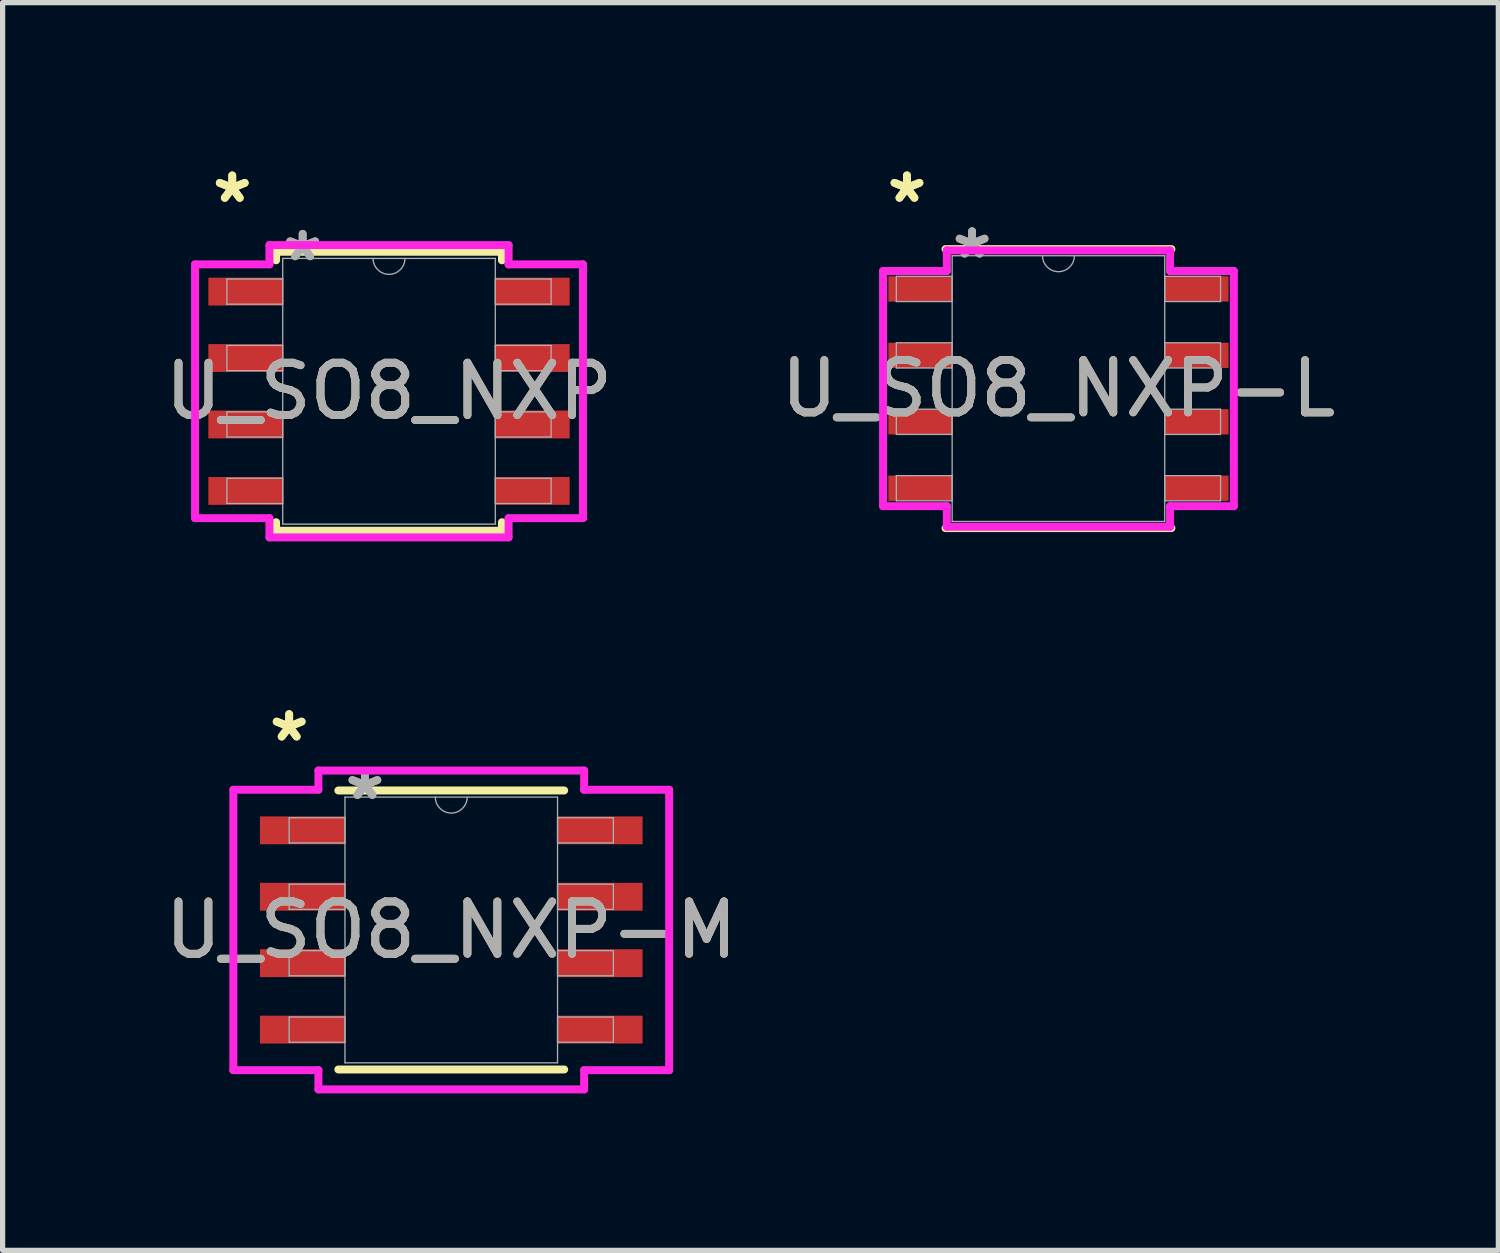
<source format=kicad_pcb>
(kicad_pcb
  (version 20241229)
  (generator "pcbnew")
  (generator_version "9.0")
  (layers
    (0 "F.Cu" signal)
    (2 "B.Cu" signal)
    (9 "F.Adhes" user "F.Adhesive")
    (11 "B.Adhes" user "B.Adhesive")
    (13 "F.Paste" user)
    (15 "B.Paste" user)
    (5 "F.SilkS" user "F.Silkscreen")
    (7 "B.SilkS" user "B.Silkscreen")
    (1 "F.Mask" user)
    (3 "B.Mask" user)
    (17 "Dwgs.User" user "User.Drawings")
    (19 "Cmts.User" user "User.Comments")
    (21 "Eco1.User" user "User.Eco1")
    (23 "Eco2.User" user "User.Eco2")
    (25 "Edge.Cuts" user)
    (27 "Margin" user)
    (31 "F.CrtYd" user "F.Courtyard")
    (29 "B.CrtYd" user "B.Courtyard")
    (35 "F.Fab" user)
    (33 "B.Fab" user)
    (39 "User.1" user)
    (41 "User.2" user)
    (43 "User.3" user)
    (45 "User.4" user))
  (footprint "U_SO8_NXP-L"
    (layer "F.Cu")
    (at 17.185 4.379)
    (property "Reference" "U_SO8_NXP-L" (at 0 0 0) (unlocked yes) (layer "F.SilkS") (effects (font (size 1 1) (thickness 0.15))))
    (attr smd)
    (fp_line (start -2.159 2.667) (end 2.159 2.667) (stroke (width 0.152) (type solid)) (layer "F.SilkS"))
    (fp_line (start 2.159 -2.667) (end -2.159 -2.667) (stroke (width 0.152) (type solid)) (layer "F.SilkS"))
    (fp_line (start -3.353 -2.248) (end -2.134 -2.248) (stroke (width 0.152) (type solid)) (layer "F.CrtYd"))
    (fp_line (start -3.353 2.248) (end -3.353 -2.248) (stroke (width 0.152) (type solid)) (layer "F.CrtYd"))
    (fp_line (start -3.353 2.248) (end -2.134 2.248) (stroke (width 0.152) (type solid)) (layer "F.CrtYd"))
    (fp_line (start -2.134 -2.642) (end 2.134 -2.642) (stroke (width 0.152) (type solid)) (layer "F.CrtYd"))
    (fp_line (start -2.134 -2.248) (end -2.134 -2.642) (stroke (width 0.152) (type solid)) (layer "F.CrtYd"))
    (fp_line (start -2.134 2.642) (end -2.134 2.248) (stroke (width 0.152) (type solid)) (layer "F.CrtYd"))
    (fp_line (start 2.134 -2.642) (end 2.134 -2.248) (stroke (width 0.152) (type solid)) (layer "F.CrtYd"))
    (fp_line (start 2.134 2.248) (end 2.134 2.642) (stroke (width 0.152) (type solid)) (layer "F.CrtYd"))
    (fp_line (start 2.134 2.642) (end -2.134 2.642) (stroke (width 0.152) (type solid)) (layer "F.CrtYd"))
    (fp_line (start 3.353 -2.248) (end 2.134 -2.248) (stroke (width 0.152) (type solid)) (layer "F.CrtYd"))
    (fp_line (start 3.353 -2.248) (end 3.353 2.248) (stroke (width 0.152) (type solid)) (layer "F.CrtYd"))
    (fp_line (start 3.353 2.248) (end 2.134 2.248) (stroke (width 0.152) (type solid)) (layer "F.CrtYd"))
    (fp_line (start -3.099 -2.146) (end -3.099 -1.664) (stroke (width 0.025) (type solid)) (layer "F.Fab"))
    (fp_line (start -3.099 -1.664) (end -2.032 -1.664) (stroke (width 0.025) (type solid)) (layer "F.Fab"))
    (fp_line (start -3.099 -0.876) (end -3.099 -0.394) (stroke (width 0.025) (type solid)) (layer "F.Fab"))
    (fp_line (start -3.099 -0.394) (end -2.032 -0.394) (stroke (width 0.025) (type solid)) (layer "F.Fab"))
    (fp_line (start -3.099 0.394) (end -3.099 0.876) (stroke (width 0.025) (type solid)) (layer "F.Fab"))
    (fp_line (start -3.099 0.876) (end -2.032 0.876) (stroke (width 0.025) (type solid)) (layer "F.Fab"))
    (fp_line (start -3.099 1.664) (end -3.099 2.146) (stroke (width 0.025) (type solid)) (layer "F.Fab"))
    (fp_line (start -3.099 2.146) (end -2.032 2.146) (stroke (width 0.025) (type solid)) (layer "F.Fab"))
    (fp_line (start -2.032 -2.54) (end -2.032 2.54) (stroke (width 0.025) (type solid)) (layer "F.Fab"))
    (fp_line (start -2.032 -2.146) (end -3.099 -2.146) (stroke (width 0.025) (type solid)) (layer "F.Fab"))
    (fp_line (start -2.032 -1.664) (end -2.032 -2.146) (stroke (width 0.025) (type solid)) (layer "F.Fab"))
    (fp_line (start -2.032 -0.876) (end -3.099 -0.876) (stroke (width 0.025) (type solid)) (layer "F.Fab"))
    (fp_line (start -2.032 -0.394) (end -2.032 -0.876) (stroke (width 0.025) (type solid)) (layer "F.Fab"))
    (fp_line (start -2.032 0.394) (end -3.099 0.394) (stroke (width 0.025) (type solid)) (layer "F.Fab"))
    (fp_line (start -2.032 0.876) (end -2.032 0.394) (stroke (width 0.025) (type solid)) (layer "F.Fab"))
    (fp_line (start -2.032 1.664) (end -3.099 1.664) (stroke (width 0.025) (type solid)) (layer "F.Fab"))
    (fp_line (start -2.032 2.146) (end -2.032 1.664) (stroke (width 0.025) (type solid)) (layer "F.Fab"))
    (fp_line (start -2.032 2.54) (end 2.032 2.54) (stroke (width 0.025) (type solid)) (layer "F.Fab"))
    (fp_line (start 2.032 -2.54) (end -2.032 -2.54) (stroke (width 0.025) (type solid)) (layer "F.Fab"))
    (fp_line (start 2.032 -2.146) (end 2.032 -1.664) (stroke (width 0.025) (type solid)) (layer "F.Fab"))
    (fp_line (start 2.032 -1.664) (end 3.099 -1.664) (stroke (width 0.025) (type solid)) (layer "F.Fab"))
    (fp_line (start 2.032 -0.876) (end 2.032 -0.394) (stroke (width 0.025) (type solid)) (layer "F.Fab"))
    (fp_line (start 2.032 -0.394) (end 3.099 -0.394) (stroke (width 0.025) (type solid)) (layer "F.Fab"))
    (fp_line (start 2.032 0.394) (end 2.032 0.876) (stroke (width 0.025) (type solid)) (layer "F.Fab"))
    (fp_line (start 2.032 0.876) (end 3.099 0.876) (stroke (width 0.025) (type solid)) (layer "F.Fab"))
    (fp_line (start 2.032 1.664) (end 2.032 2.146) (stroke (width 0.025) (type solid)) (layer "F.Fab"))
    (fp_line (start 2.032 2.146) (end 3.099 2.146) (stroke (width 0.025) (type solid)) (layer "F.Fab"))
    (fp_line (start 2.032 2.54) (end 2.032 -2.54) (stroke (width 0.025) (type solid)) (layer "F.Fab"))
    (fp_line (start 3.099 -2.146) (end 2.032 -2.146) (stroke (width 0.025) (type solid)) (layer "F.Fab"))
    (fp_line (start 3.099 -1.664) (end 3.099 -2.146) (stroke (width 0.025) (type solid)) (layer "F.Fab"))
    (fp_line (start 3.099 -0.876) (end 2.032 -0.876) (stroke (width 0.025) (type solid)) (layer "F.Fab"))
    (fp_line (start 3.099 -0.394) (end 3.099 -0.876) (stroke (width 0.025) (type solid)) (layer "F.Fab"))
    (fp_line (start 3.099 0.394) (end 2.032 0.394) (stroke (width 0.025) (type solid)) (layer "F.Fab"))
    (fp_line (start 3.099 0.876) (end 3.099 0.394) (stroke (width 0.025) (type solid)) (layer "F.Fab"))
    (fp_line (start 3.099 1.664) (end 2.032 1.664) (stroke (width 0.025) (type solid)) (layer "F.Fab"))
    (fp_line (start 3.099 2.146) (end 3.099 1.664) (stroke (width 0.025) (type solid)) (layer "F.Fab"))
    (fp_arc (start 0.3048 -2.54) (mid 0 -2.2352) (end -0.3048 -2.54) (stroke (width 0.0254) (type solid)) (layer "F.Fab"))
    (fp_text user "*" (at -2.896 -3.531 0) (layer "F.SilkS") (effects (font (size 1 1) (thickness 0.15))))
    (fp_text user "*" (at -2.896 -3.531 0) (unlocked yes) (layer "F.SilkS") (effects (font (size 1 1) (thickness 0.15))))
    (fp_text user "*" (at -1.651 -2.464 0) (layer "F.Fab") (effects (font (size 1 1) (thickness 0.15))))
    (fp_text user "${REFERENCE}" (at 0 0 0) (unlocked yes) (layer "F.Fab") (effects (font (size 1 1) (thickness 0.15))))
    (fp_text user "*" (at -1.651 -2.464 0) (unlocked yes) (layer "F.Fab") (effects (font (size 1 1) (thickness 0.15))))
    (pad "1" smd rect (at -2.642 -1.905) (size 1.219 0.483) (layers "F.Cu" "F.Mask" "F.Paste"))
    (pad "2" smd rect (at -2.642 -0.635) (size 1.219 0.483) (layers "F.Cu" "F.Mask" "F.Paste"))
    (pad "3" smd rect (at -2.642 0.635) (size 1.219 0.483) (layers "F.Cu" "F.Mask" "F.Paste"))
    (pad "4" smd rect (at -2.642 1.905) (size 1.219 0.483) (layers "F.Cu" "F.Mask" "F.Paste"))
    (pad "5" smd rect (at 2.642 1.905) (size 1.219 0.483) (layers "F.Cu" "F.Mask" "F.Paste"))
    (pad "6" smd rect (at 2.642 0.635) (size 1.219 0.483) (layers "F.Cu" "F.Mask" "F.Paste"))
    (pad "7" smd rect (at 2.642 -0.635) (size 1.219 0.483) (layers "F.Cu" "F.Mask" "F.Paste"))
    (pad "8" smd rect (at 2.642 -1.905) (size 1.219 0.483) (layers "F.Cu" "F.Mask" "F.Paste")))
  (footprint "U_SO8_NXP"
    (layer "F.Cu")
    (at 4.387 4.43)
    (property "Reference" "U_SO8_NXP" (at 0 0 0) (unlocked yes) (layer "F.SilkS") (effects (font (size 1 1) (thickness 0.15))))
    (attr smd)
    (fp_line (start -2.159 -2.667) (end -2.159 -2.504) (stroke (width 0.152) (type solid)) (layer "F.SilkS"))
    (fp_line (start -2.159 2.504) (end -2.159 2.667) (stroke (width 0.152) (type solid)) (layer "F.SilkS"))
    (fp_line (start -2.159 2.667) (end 2.159 2.667) (stroke (width 0.152) (type solid)) (layer "F.SilkS"))
    (fp_line (start 2.159 -2.667) (end -2.159 -2.667) (stroke (width 0.152) (type solid)) (layer "F.SilkS"))
    (fp_line (start 2.159 -2.504) (end 2.159 -2.667) (stroke (width 0.152) (type solid)) (layer "F.SilkS"))
    (fp_line (start 2.159 2.667) (end 2.159 2.504) (stroke (width 0.152) (type solid)) (layer "F.SilkS"))
    (fp_line (start -3.708 -2.426) (end -2.286 -2.426) (stroke (width 0.152) (type solid)) (layer "F.CrtYd"))
    (fp_line (start -3.708 2.426) (end -3.708 -2.426) (stroke (width 0.152) (type solid)) (layer "F.CrtYd"))
    (fp_line (start -3.708 2.426) (end -2.286 2.426) (stroke (width 0.152) (type solid)) (layer "F.CrtYd"))
    (fp_line (start -2.286 -2.794) (end 2.286 -2.794) (stroke (width 0.152) (type solid)) (layer "F.CrtYd"))
    (fp_line (start -2.286 -2.426) (end -2.286 -2.794) (stroke (width 0.152) (type solid)) (layer "F.CrtYd"))
    (fp_line (start -2.286 2.794) (end -2.286 2.426) (stroke (width 0.152) (type solid)) (layer "F.CrtYd"))
    (fp_line (start 2.286 -2.794) (end 2.286 -2.426) (stroke (width 0.152) (type solid)) (layer "F.CrtYd"))
    (fp_line (start 2.286 2.426) (end 2.286 2.794) (stroke (width 0.152) (type solid)) (layer "F.CrtYd"))
    (fp_line (start 2.286 2.794) (end -2.286 2.794) (stroke (width 0.152) (type solid)) (layer "F.CrtYd"))
    (fp_line (start 3.708 -2.426) (end 2.286 -2.426) (stroke (width 0.152) (type solid)) (layer "F.CrtYd"))
    (fp_line (start 3.708 -2.426) (end 3.708 2.426) (stroke (width 0.152) (type solid)) (layer "F.CrtYd"))
    (fp_line (start 3.708 2.426) (end 2.286 2.426) (stroke (width 0.152) (type solid)) (layer "F.CrtYd"))
    (fp_line (start -3.099 -2.146) (end -3.099 -1.664) (stroke (width 0.025) (type solid)) (layer "F.Fab"))
    (fp_line (start -3.099 -1.664) (end -2.032 -1.664) (stroke (width 0.025) (type solid)) (layer "F.Fab"))
    (fp_line (start -3.099 -0.876) (end -3.099 -0.394) (stroke (width 0.025) (type solid)) (layer "F.Fab"))
    (fp_line (start -3.099 -0.394) (end -2.032 -0.394) (stroke (width 0.025) (type solid)) (layer "F.Fab"))
    (fp_line (start -3.099 0.394) (end -3.099 0.876) (stroke (width 0.025) (type solid)) (layer "F.Fab"))
    (fp_line (start -3.099 0.876) (end -2.032 0.876) (stroke (width 0.025) (type solid)) (layer "F.Fab"))
    (fp_line (start -3.099 1.664) (end -3.099 2.146) (stroke (width 0.025) (type solid)) (layer "F.Fab"))
    (fp_line (start -3.099 2.146) (end -2.032 2.146) (stroke (width 0.025) (type solid)) (layer "F.Fab"))
    (fp_line (start -2.032 -2.54) (end -2.032 2.54) (stroke (width 0.025) (type solid)) (layer "F.Fab"))
    (fp_line (start -2.032 -2.146) (end -3.099 -2.146) (stroke (width 0.025) (type solid)) (layer "F.Fab"))
    (fp_line (start -2.032 -1.664) (end -2.032 -2.146) (stroke (width 0.025) (type solid)) (layer "F.Fab"))
    (fp_line (start -2.032 -0.876) (end -3.099 -0.876) (stroke (width 0.025) (type solid)) (layer "F.Fab"))
    (fp_line (start -2.032 -0.394) (end -2.032 -0.876) (stroke (width 0.025) (type solid)) (layer "F.Fab"))
    (fp_line (start -2.032 0.394) (end -3.099 0.394) (stroke (width 0.025) (type solid)) (layer "F.Fab"))
    (fp_line (start -2.032 0.876) (end -2.032 0.394) (stroke (width 0.025) (type solid)) (layer "F.Fab"))
    (fp_line (start -2.032 1.664) (end -3.099 1.664) (stroke (width 0.025) (type solid)) (layer "F.Fab"))
    (fp_line (start -2.032 2.146) (end -2.032 1.664) (stroke (width 0.025) (type solid)) (layer "F.Fab"))
    (fp_line (start -2.032 2.54) (end 2.032 2.54) (stroke (width 0.025) (type solid)) (layer "F.Fab"))
    (fp_line (start 2.032 -2.54) (end -2.032 -2.54) (stroke (width 0.025) (type solid)) (layer "F.Fab"))
    (fp_line (start 2.032 -2.146) (end 2.032 -1.664) (stroke (width 0.025) (type solid)) (layer "F.Fab"))
    (fp_line (start 2.032 -1.664) (end 3.099 -1.664) (stroke (width 0.025) (type solid)) (layer "F.Fab"))
    (fp_line (start 2.032 -0.876) (end 2.032 -0.394) (stroke (width 0.025) (type solid)) (layer "F.Fab"))
    (fp_line (start 2.032 -0.394) (end 3.099 -0.394) (stroke (width 0.025) (type solid)) (layer "F.Fab"))
    (fp_line (start 2.032 0.394) (end 2.032 0.876) (stroke (width 0.025) (type solid)) (layer "F.Fab"))
    (fp_line (start 2.032 0.876) (end 3.099 0.876) (stroke (width 0.025) (type solid)) (layer "F.Fab"))
    (fp_line (start 2.032 1.664) (end 2.032 2.146) (stroke (width 0.025) (type solid)) (layer "F.Fab"))
    (fp_line (start 2.032 2.146) (end 3.099 2.146) (stroke (width 0.025) (type solid)) (layer "F.Fab"))
    (fp_line (start 2.032 2.54) (end 2.032 -2.54) (stroke (width 0.025) (type solid)) (layer "F.Fab"))
    (fp_line (start 3.099 -2.146) (end 2.032 -2.146) (stroke (width 0.025) (type solid)) (layer "F.Fab"))
    (fp_line (start 3.099 -1.664) (end 3.099 -2.146) (stroke (width 0.025) (type solid)) (layer "F.Fab"))
    (fp_line (start 3.099 -0.876) (end 2.032 -0.876) (stroke (width 0.025) (type solid)) (layer "F.Fab"))
    (fp_line (start 3.099 -0.394) (end 3.099 -0.876) (stroke (width 0.025) (type solid)) (layer "F.Fab"))
    (fp_line (start 3.099 0.394) (end 2.032 0.394) (stroke (width 0.025) (type solid)) (layer "F.Fab"))
    (fp_line (start 3.099 0.876) (end 3.099 0.394) (stroke (width 0.025) (type solid)) (layer "F.Fab"))
    (fp_line (start 3.099 1.664) (end 2.032 1.664) (stroke (width 0.025) (type solid)) (layer "F.Fab"))
    (fp_line (start 3.099 2.146) (end 3.099 1.664) (stroke (width 0.025) (type solid)) (layer "F.Fab"))
    (fp_arc (start 0.3048 -2.54) (mid 0 -2.2352) (end -0.3048 -2.54) (stroke (width 0.0254) (type solid)) (layer "F.Fab"))
    (fp_text user "*" (at -2.997 -3.581 0) (layer "F.SilkS") (effects (font (size 1 1) (thickness 0.15))))
    (fp_text user "*" (at -2.997 -3.581 0) (unlocked yes) (layer "F.SilkS") (effects (font (size 1 1) (thickness 0.15))))
    (fp_text user "*" (at -1.651 -2.464 0) (unlocked yes) (layer "F.Fab") (effects (font (size 1 1) (thickness 0.15))))
    (fp_text user "*" (at -1.651 -2.464 0) (layer "F.Fab") (effects (font (size 1 1) (thickness 0.15))))
    (fp_text user "${REFERENCE}" (at 0 0 0) (unlocked yes) (layer "F.Fab") (effects (font (size 1 1) (thickness 0.15))))
    (pad "1" smd rect (at -2.743 -1.905) (size 1.422 0.533) (layers "F.Cu" "F.Mask" "F.Paste"))
    (pad "2" smd rect (at -2.743 -0.635) (size 1.422 0.533) (layers "F.Cu" "F.Mask" "F.Paste"))
    (pad "3" smd rect (at -2.743 0.635) (size 1.422 0.533) (layers "F.Cu" "F.Mask" "F.Paste"))
    (pad "4" smd rect (at -2.743 1.905) (size 1.422 0.533) (layers "F.Cu" "F.Mask" "F.Paste"))
    (pad "5" smd rect (at 2.743 1.905) (size 1.422 0.533) (layers "F.Cu" "F.Mask" "F.Paste"))
    (pad "6" smd rect (at 2.743 0.635) (size 1.422 0.533) (layers "F.Cu" "F.Mask" "F.Paste"))
    (pad "7" smd rect (at 2.743 -0.635) (size 1.422 0.533) (layers "F.Cu" "F.Mask" "F.Paste"))
    (pad "8" smd rect (at 2.743 -1.905) (size 1.422 0.533) (layers "F.Cu" "F.Mask" "F.Paste")))
  (footprint "U_SO8_NXP-M"
    (layer "F.Cu")
    (at 5.577 14.729)
    (property "Reference" "U_SO8_NXP-M" (at 0 0 0) (unlocked yes) (layer "F.SilkS") (effects (font (size 1 1) (thickness 0.15))))
    (attr smd)
    (fp_line (start -2.159 2.667) (end 2.159 2.667) (stroke (width 0.152) (type solid)) (layer "F.SilkS"))
    (fp_line (start 2.159 -2.667) (end -2.159 -2.667) (stroke (width 0.152) (type solid)) (layer "F.SilkS"))
    (fp_line (start -4.166 -2.68) (end -2.54 -2.68) (stroke (width 0.152) (type solid)) (layer "F.CrtYd"))
    (fp_line (start -4.166 2.68) (end -4.166 -2.68) (stroke (width 0.152) (type solid)) (layer "F.CrtYd"))
    (fp_line (start -4.166 2.68) (end -2.54 2.68) (stroke (width 0.152) (type solid)) (layer "F.CrtYd"))
    (fp_line (start -2.54 -3.048) (end 2.54 -3.048) (stroke (width 0.152) (type solid)) (layer "F.CrtYd"))
    (fp_line (start -2.54 -2.68) (end -2.54 -3.048) (stroke (width 0.152) (type solid)) (layer "F.CrtYd"))
    (fp_line (start -2.54 3.048) (end -2.54 2.68) (stroke (width 0.152) (type solid)) (layer "F.CrtYd"))
    (fp_line (start 2.54 -3.048) (end 2.54 -2.68) (stroke (width 0.152) (type solid)) (layer "F.CrtYd"))
    (fp_line (start 2.54 2.68) (end 2.54 3.048) (stroke (width 0.152) (type solid)) (layer "F.CrtYd"))
    (fp_line (start 2.54 3.048) (end -2.54 3.048) (stroke (width 0.152) (type solid)) (layer "F.CrtYd"))
    (fp_line (start 4.166 -2.68) (end 2.54 -2.68) (stroke (width 0.152) (type solid)) (layer "F.CrtYd"))
    (fp_line (start 4.166 -2.68) (end 4.166 2.68) (stroke (width 0.152) (type solid)) (layer "F.CrtYd"))
    (fp_line (start 4.166 2.68) (end 2.54 2.68) (stroke (width 0.152) (type solid)) (layer "F.CrtYd"))
    (fp_line (start -3.099 -2.146) (end -3.099 -1.664) (stroke (width 0.025) (type solid)) (layer "F.Fab"))
    (fp_line (start -3.099 -1.664) (end -2.032 -1.664) (stroke (width 0.025) (type solid)) (layer "F.Fab"))
    (fp_line (start -3.099 -0.876) (end -3.099 -0.394) (stroke (width 0.025) (type solid)) (layer "F.Fab"))
    (fp_line (start -3.099 -0.394) (end -2.032 -0.394) (stroke (width 0.025) (type solid)) (layer "F.Fab"))
    (fp_line (start -3.099 0.394) (end -3.099 0.876) (stroke (width 0.025) (type solid)) (layer "F.Fab"))
    (fp_line (start -3.099 0.876) (end -2.032 0.876) (stroke (width 0.025) (type solid)) (layer "F.Fab"))
    (fp_line (start -3.099 1.664) (end -3.099 2.146) (stroke (width 0.025) (type solid)) (layer "F.Fab"))
    (fp_line (start -3.099 2.146) (end -2.032 2.146) (stroke (width 0.025) (type solid)) (layer "F.Fab"))
    (fp_line (start -2.032 -2.54) (end -2.032 2.54) (stroke (width 0.025) (type solid)) (layer "F.Fab"))
    (fp_line (start -2.032 -2.146) (end -3.099 -2.146) (stroke (width 0.025) (type solid)) (layer "F.Fab"))
    (fp_line (start -2.032 -1.664) (end -2.032 -2.146) (stroke (width 0.025) (type solid)) (layer "F.Fab"))
    (fp_line (start -2.032 -0.876) (end -3.099 -0.876) (stroke (width 0.025) (type solid)) (layer "F.Fab"))
    (fp_line (start -2.032 -0.394) (end -2.032 -0.876) (stroke (width 0.025) (type solid)) (layer "F.Fab"))
    (fp_line (start -2.032 0.394) (end -3.099 0.394) (stroke (width 0.025) (type solid)) (layer "F.Fab"))
    (fp_line (start -2.032 0.876) (end -2.032 0.394) (stroke (width 0.025) (type solid)) (layer "F.Fab"))
    (fp_line (start -2.032 1.664) (end -3.099 1.664) (stroke (width 0.025) (type solid)) (layer "F.Fab"))
    (fp_line (start -2.032 2.146) (end -2.032 1.664) (stroke (width 0.025) (type solid)) (layer "F.Fab"))
    (fp_line (start -2.032 2.54) (end 2.032 2.54) (stroke (width 0.025) (type solid)) (layer "F.Fab"))
    (fp_line (start 2.032 -2.54) (end -2.032 -2.54) (stroke (width 0.025) (type solid)) (layer "F.Fab"))
    (fp_line (start 2.032 -2.146) (end 2.032 -1.664) (stroke (width 0.025) (type solid)) (layer "F.Fab"))
    (fp_line (start 2.032 -1.664) (end 3.099 -1.664) (stroke (width 0.025) (type solid)) (layer "F.Fab"))
    (fp_line (start 2.032 -0.876) (end 2.032 -0.394) (stroke (width 0.025) (type solid)) (layer "F.Fab"))
    (fp_line (start 2.032 -0.394) (end 3.099 -0.394) (stroke (width 0.025) (type solid)) (layer "F.Fab"))
    (fp_line (start 2.032 0.394) (end 2.032 0.876) (stroke (width 0.025) (type solid)) (layer "F.Fab"))
    (fp_line (start 2.032 0.876) (end 3.099 0.876) (stroke (width 0.025) (type solid)) (layer "F.Fab"))
    (fp_line (start 2.032 1.664) (end 2.032 2.146) (stroke (width 0.025) (type solid)) (layer "F.Fab"))
    (fp_line (start 2.032 2.146) (end 3.099 2.146) (stroke (width 0.025) (type solid)) (layer "F.Fab"))
    (fp_line (start 2.032 2.54) (end 2.032 -2.54) (stroke (width 0.025) (type solid)) (layer "F.Fab"))
    (fp_line (start 3.099 -2.146) (end 2.032 -2.146) (stroke (width 0.025) (type solid)) (layer "F.Fab"))
    (fp_line (start 3.099 -1.664) (end 3.099 -2.146) (stroke (width 0.025) (type solid)) (layer "F.Fab"))
    (fp_line (start 3.099 -0.876) (end 2.032 -0.876) (stroke (width 0.025) (type solid)) (layer "F.Fab"))
    (fp_line (start 3.099 -0.394) (end 3.099 -0.876) (stroke (width 0.025) (type solid)) (layer "F.Fab"))
    (fp_line (start 3.099 0.394) (end 2.032 0.394) (stroke (width 0.025) (type solid)) (layer "F.Fab"))
    (fp_line (start 3.099 0.876) (end 3.099 0.394) (stroke (width 0.025) (type solid)) (layer "F.Fab"))
    (fp_line (start 3.099 1.664) (end 2.032 1.664) (stroke (width 0.025) (type solid)) (layer "F.Fab"))
    (fp_line (start 3.099 2.146) (end 3.099 1.664) (stroke (width 0.025) (type solid)) (layer "F.Fab"))
    (fp_arc (start 0.3048 -2.54) (mid 0 -2.2352) (end -0.3048 -2.54) (stroke (width 0.0254) (type solid)) (layer "F.Fab"))
    (fp_text user "*" (at -3.099 -3.581 0) (layer "F.SilkS") (effects (font (size 1 1) (thickness 0.15))))
    (fp_text user "*" (at -3.099 -3.581 0) (unlocked yes) (layer "F.SilkS") (effects (font (size 1 1) (thickness 0.15))))
    (fp_text user "*" (at -1.651 -2.464 0) (unlocked yes) (layer "F.Fab") (effects (font (size 1 1) (thickness 0.15))))
    (fp_text user "*" (at -1.651 -2.464 0) (layer "F.Fab") (effects (font (size 1 1) (thickness 0.15))))
    (fp_text user "${REFERENCE}" (at 0 0 0) (unlocked yes) (layer "F.Fab") (effects (font (size 1 1) (thickness 0.15))))
    (pad "1" smd rect (at -2.845 -1.905) (size 1.626 0.533) (layers "F.Cu" "F.Mask" "F.Paste"))
    (pad "2" smd rect (at -2.845 -0.635) (size 1.626 0.533) (layers "F.Cu" "F.Mask" "F.Paste"))
    (pad "3" smd rect (at -2.845 0.635) (size 1.626 0.533) (layers "F.Cu" "F.Mask" "F.Paste"))
    (pad "4" smd rect (at -2.845 1.905) (size 1.626 0.533) (layers "F.Cu" "F.Mask" "F.Paste"))
    (pad "5" smd rect (at 2.845 1.905) (size 1.626 0.533) (layers "F.Cu" "F.Mask" "F.Paste"))
    (pad "6" smd rect (at 2.845 0.635) (size 1.626 0.533) (layers "F.Cu" "F.Mask" "F.Paste"))
    (pad "7" smd rect (at 2.845 -0.635) (size 1.626 0.533) (layers "F.Cu" "F.Mask" "F.Paste"))
    (pad "8" smd rect (at 2.845 -1.905) (size 1.626 0.533) (layers "F.Cu" "F.Mask" "F.Paste")))
  (gr_rect
    (start -3 -3)
    (end 25.595 20.854)
    (stroke (width 0.1) (type default))
    (fill no)
    (layer "Edge.Cuts")))
</source>
